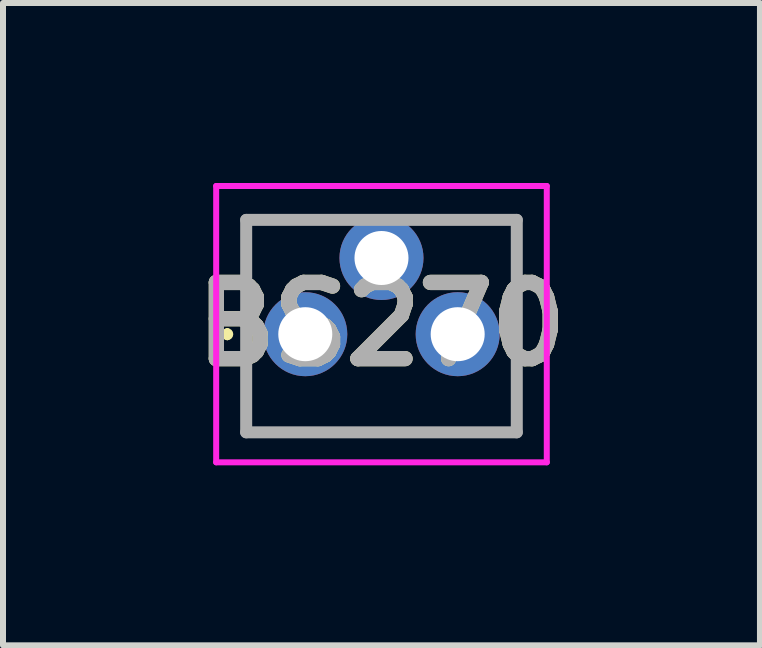
<source format=kicad_pcb>
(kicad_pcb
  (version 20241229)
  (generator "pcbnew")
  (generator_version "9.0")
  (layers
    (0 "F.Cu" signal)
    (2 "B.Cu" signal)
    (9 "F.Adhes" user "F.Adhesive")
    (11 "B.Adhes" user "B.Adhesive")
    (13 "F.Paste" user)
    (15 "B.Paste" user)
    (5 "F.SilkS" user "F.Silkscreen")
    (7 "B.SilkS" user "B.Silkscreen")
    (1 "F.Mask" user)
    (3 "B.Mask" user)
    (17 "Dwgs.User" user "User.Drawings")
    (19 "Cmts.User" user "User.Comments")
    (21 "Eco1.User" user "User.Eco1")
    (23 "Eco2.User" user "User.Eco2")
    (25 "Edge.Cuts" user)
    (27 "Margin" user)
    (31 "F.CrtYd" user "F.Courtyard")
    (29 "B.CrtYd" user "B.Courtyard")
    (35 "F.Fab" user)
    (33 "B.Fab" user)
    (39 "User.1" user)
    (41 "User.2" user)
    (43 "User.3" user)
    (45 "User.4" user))
  (footprint "BS270"
    (layer "F.Cu")
    (at 2.038 2.52)
    (property "Reference" "BS270" (at 1.27 -0.167 0) (layer "F.SilkS") (effects (font (size 1.27 1.27) (thickness 0.254))))
    (attr through_hole)
    (fp_line (start -1.3 -0.05) (end -1.3 -0.05) (stroke (width 0.1) (type solid)) (layer "F.SilkS"))
    (fp_line (start -1.3 0.05) (end -1.3 0.05) (stroke (width 0.1) (type solid)) (layer "F.SilkS"))
    (fp_line (start -0.985 -1.905) (end -0.985 1.595) (stroke (width 0.1) (type solid)) (layer "F.SilkS"))
    (fp_line (start -0.985 1.595) (end -0.985 1.635) (stroke (width 0.1) (type solid)) (layer "F.SilkS"))
    (fp_line (start -0.985 1.635) (end 3.525 1.635) (stroke (width 0.1) (type solid)) (layer "F.SilkS"))
    (fp_line (start 0.27 -1.905) (end -0.985 -1.905) (stroke (width 0.1) (type solid)) (layer "F.SilkS"))
    (fp_line (start 3.525 -1.905) (end 2.27 -1.905) (stroke (width 0.1) (type solid)) (layer "F.SilkS"))
    (fp_line (start 3.525 1.635) (end 3.525 -1.905) (stroke (width 0.1) (type solid)) (layer "F.SilkS"))
    (fp_arc (start -1.3 -0.05) (mid -1.25 0) (end -1.3 0.05) (stroke (width 0.1) (type solid)) (layer "F.SilkS"))
    (fp_arc (start -1.3 0.05) (mid -1.35 0) (end -1.3 -0.05) (stroke (width 0.1) (type solid)) (layer "F.SilkS"))
    (fp_line (start -1.485 -2.47) (end 4.025 -2.47) (stroke (width 0.1) (type solid)) (layer "F.CrtYd"))
    (fp_line (start -1.485 2.135) (end -1.485 -2.47) (stroke (width 0.1) (type solid)) (layer "F.CrtYd"))
    (fp_line (start 4.025 -2.47) (end 4.025 2.135) (stroke (width 0.1) (type solid)) (layer "F.CrtYd"))
    (fp_line (start 4.025 2.135) (end -1.485 2.135) (stroke (width 0.1) (type solid)) (layer "F.CrtYd"))
    (fp_line (start -0.985 -1.905) (end 3.525 -1.905) (stroke (width 0.2) (type solid)) (layer "F.Fab"))
    (fp_line (start -0.985 1.635) (end -0.985 -1.905) (stroke (width 0.2) (type solid)) (layer "F.Fab"))
    (fp_line (start 3.525 -1.905) (end 3.525 1.635) (stroke (width 0.2) (type solid)) (layer "F.Fab"))
    (fp_line (start 3.525 1.635) (end -0.985 1.635) (stroke (width 0.2) (type solid)) (layer "F.Fab"))
    (fp_text user "${REFERENCE}" (at 1.27 -0.167 0) (layer "F.Fab") (effects (font (size 1.27 1.27) (thickness 0.254))))
    (pad "1" thru_hole circle (at 0 0) (size 1.4 1.4) (drill 0.9) (layers "*.Cu" "*.Mask"))
    (pad "2" thru_hole circle (at 1.27 -1.27) (size 1.4 1.4) (drill 0.9) (layers "*.Cu" "*.Mask"))
    (pad "3" thru_hole circle (at 2.54 0) (size 1.4 1.4) (drill 0.9) (layers "*.Cu" "*.Mask")))
  (gr_rect
    (start -3 -3)
    (end 9.616 7.705)
    (stroke (width 0.1) (type default))
    (fill no)
    (layer "Edge.Cuts")))
</source>
